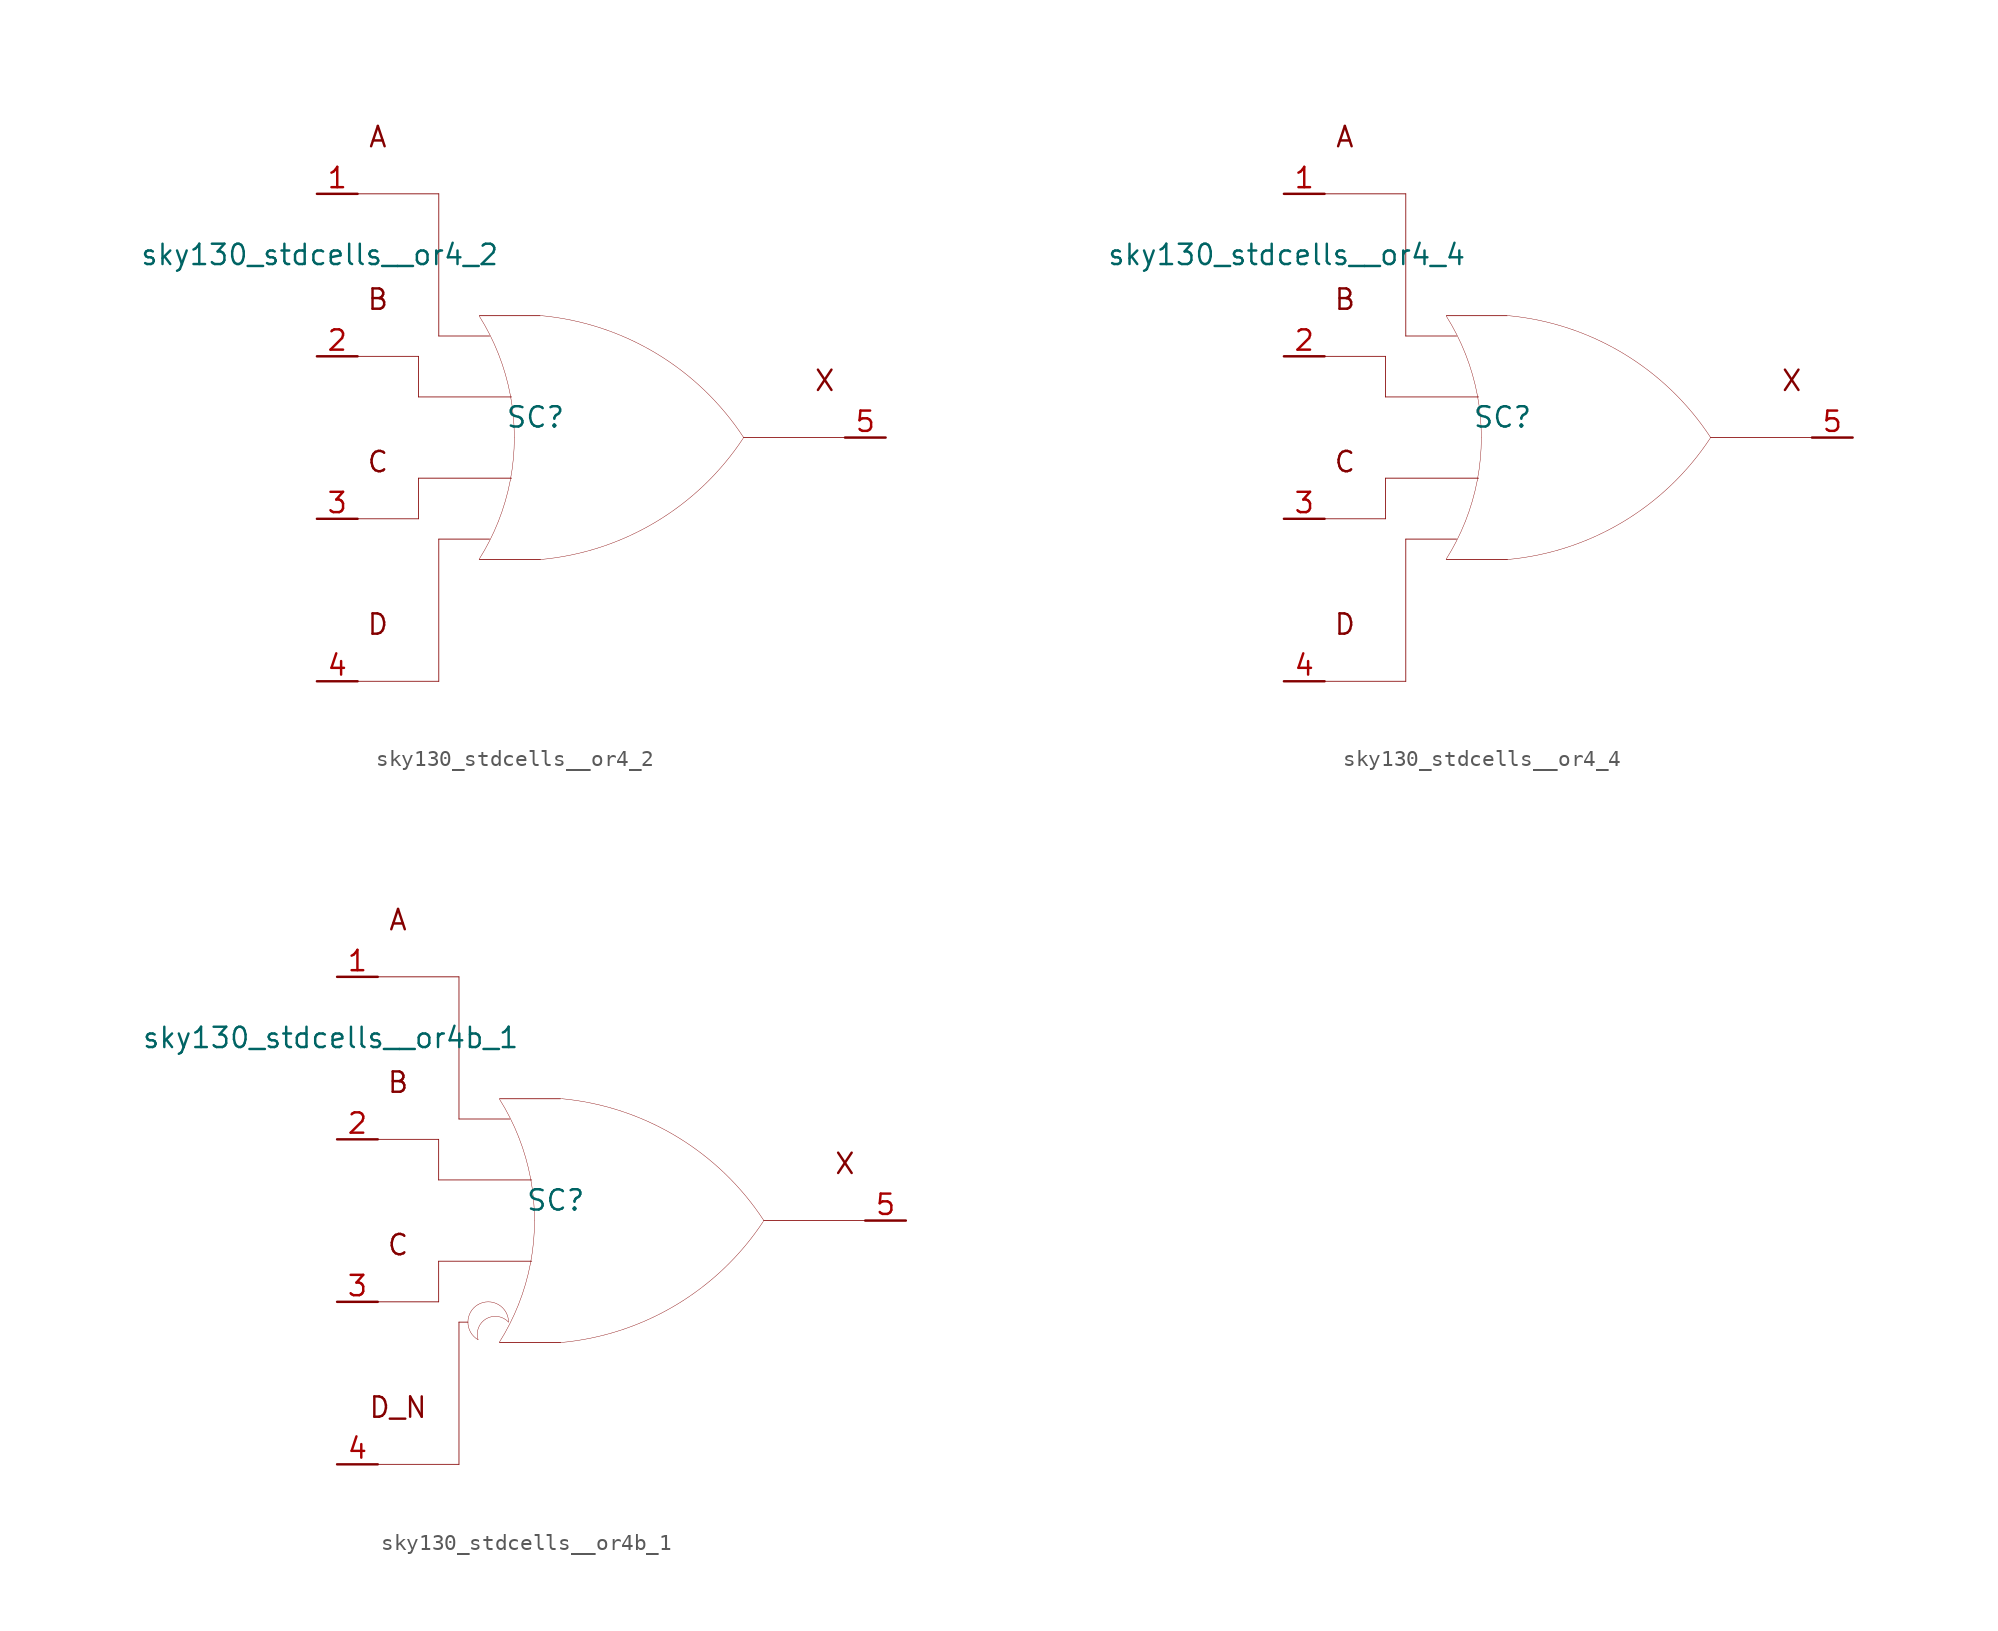
<source format=kicad_sym>
(kicad_symbol_lib
  (version 20211014)
  (generator kicad_symbol_editor)
  (symbol "sky130_stdcells__or4_2"
    (pin_names hide)
    (property "Reference" "SC"
      (at -4.115 1.27 0)
      (effects (font (size 1.27 1.27))))
    (property "Value" "sky130_stdcells__or4_2"
      (at -6.35 11.43 0)
      (effects (font (size 1.27 1.27)) (justify right)))
    (symbol "sky130_stdcells__or4_2_0_0"
      (arc (start -7.6405 -7.6142) (mid -6.983 -6.458) (end -6.4362 -5.2456) (stroke (width 0.0254) (type default) (color 0 0 0 0)) (fill (type none)))
      (arc (start -6.4362 -5.2456) (mid -6.0013 -3.9755) (end -5.688 -2.6701) (stroke (width 0.0254) (type default) (color 0 0 0 0)) (fill (type none)))
      (arc (start -6.418 5.1993) (mid -6.9662 6.4248) (end -7.6273 7.5932) (stroke (width 0.0254) (type default) (color 0 0 0 0)) (fill (type none)))
      (arc (start -5.688 -2.6701) (mid -5.4988 -1.341) (end -5.4356 0) (stroke (width 0.0254) (type default) (color 0 0 0 0)) (fill (type none)))
      (arc (start -5.6834 2.6456) (mid -5.9911 3.9396) (end -6.418 5.1993) (stroke (width 0.0254) (type default) (color 0 0 0 0)) (fill (type none)))
      (arc (start -5.4356 0) (mid -5.4977 1.3286) (end -5.6834 2.6456) (stroke (width 0.0254) (type default) (color 0 0 0 0)) (fill (type none)))
      (arc (start -3.8212 -7.6288) (mid 3.3927 -5.2884) (end 8.8734 -0.0463) (stroke (width 0.0254) (type default) (color 0 0 0 0)) (fill (type none)))
      (polyline (pts (xy -15.24 -15.24) (xy -10.16 -15.24)) (stroke (width 0.051) (type default) (color 0 0 0 0)) (fill (type none)))
      (polyline (pts (xy -15.24 -5.08) (xy -11.43 -5.08)) (stroke (width 0.051) (type default) (color 0 0 0 0)) (fill (type none)))
      (polyline (pts (xy -15.24 5.08) (xy -11.43 5.08)) (stroke (width 0.051) (type default) (color 0 0 0 0)) (fill (type none)))
      (polyline (pts (xy -15.24 15.24) (xy -10.16 15.24)) (stroke (width 0.051) (type default) (color 0 0 0 0)) (fill (type none)))
      (polyline (pts (xy -11.43 -2.54) (xy -11.43 -5.08)) (stroke (width 0.051) (type default) (color 0 0 0 0)) (fill (type none)))
      (polyline (pts (xy -11.43 -2.54) (xy -5.613 -2.54)) (stroke (width 0.051) (type default) (color 0 0 0 0)) (fill (type none)))
      (polyline (pts (xy -11.43 2.54) (xy -5.613 2.54)) (stroke (width 0.051) (type default) (color 0 0 0 0)) (fill (type none)))
      (polyline (pts (xy -11.43 5.08) (xy -11.43 2.54)) (stroke (width 0.051) (type default) (color 0 0 0 0)) (fill (type none)))
      (polyline (pts (xy -10.16 -6.35) (xy -10.16 -15.24)) (stroke (width 0.051) (type default) (color 0 0 0 0)) (fill (type none)))
      (polyline (pts (xy -10.16 -6.35) (xy -6.985 -6.35)) (stroke (width 0.051) (type default) (color 0 0 0 0)) (fill (type none)))
      (polyline (pts (xy -10.16 6.35) (xy -6.985 6.35)) (stroke (width 0.051) (type default) (color 0 0 0 0)) (fill (type none)))
      (polyline (pts (xy -10.16 15.24) (xy -10.16 6.35)) (stroke (width 0.051) (type default) (color 0 0 0 0)) (fill (type none)))
      (polyline (pts (xy -7.62 -7.62) (xy -3.81 -7.62)) (stroke (width 0.051) (type default) (color 0 0 0 0)) (fill (type none)))
      (polyline (pts (xy -7.62 7.62) (xy -3.81 7.62)) (stroke (width 0.051) (type default) (color 0 0 0 0)) (fill (type none)))
      (polyline (pts (xy 8.89 0) (xy 15.24 0)) (stroke (width 0.051) (type default) (color 0 0 0 0)) (fill (type none)))
      (arc (start 8.9061 -0.0034) (mid 3.4437 5.2578) (end -3.762 7.6234) (stroke (width 0.0254) (type default) (color 0 0 0 0)) (fill (type none)))
      (text "A" (at -13.97 18.796 0) (effects (font (size 1.27 1.27))))
      (text "B" (at -13.97 8.636 0) (effects (font (size 1.27 1.27))))
      (text "C" (at -13.97 -1.524 0) (effects (font (size 1.27 1.27))))
      (text "D" (at -13.97 -11.684 0) (effects (font (size 1.27 1.27))))
      (text "X" (at 13.97 3.556 0) (effects (font (size 1.27 1.27)))))
    (symbol "sky130_stdcells__or4_2_1_1"
      (pin input line (at -17.78 15.24 0) (length 2.54) (name "A" (effects (font (size 1.092 1.092)))) (number "1" (effects (font (size 1.27 1.27)))))
      (pin input line (at -17.78 5.08 0) (length 2.54) (name "B" (effects (font (size 1.092 1.092)))) (number "2" (effects (font (size 1.27 1.27)))))
      (pin input line (at -17.78 -5.08 0) (length 2.54) (name "C" (effects (font (size 1.092 1.092)))) (number "3" (effects (font (size 1.27 1.27)))))
      (pin input line (at -17.78 -15.24 0) (length 2.54) (name "D" (effects (font (size 1.092 1.092)))) (number "4" (effects (font (size 1.27 1.27)))))
      (pin output line (at 17.78 0 180) (length 2.54) (name "X" (effects (font (size 1.092 1.092)))) (number "5" (effects (font (size 1.27 1.27)))))))
  (symbol "sky130_stdcells__or4_4"
    (pin_names hide)
    (property "Reference" "SC"
      (at -4.115 1.27 0)
      (effects (font (size 1.27 1.27))))
    (property "Value" "sky130_stdcells__or4_4"
      (at -6.35 11.43 0)
      (effects (font (size 1.27 1.27)) (justify right)))
    (symbol "sky130_stdcells__or4_4_0_0"
      (arc (start -7.6405 -7.6142) (mid -6.983 -6.458) (end -6.4362 -5.2456) (stroke (width 0.0254) (type default) (color 0 0 0 0)) (fill (type none)))
      (arc (start -6.4362 -5.2456) (mid -6.0013 -3.9755) (end -5.688 -2.6701) (stroke (width 0.0254) (type default) (color 0 0 0 0)) (fill (type none)))
      (arc (start -6.418 5.1993) (mid -6.9662 6.4248) (end -7.6273 7.5932) (stroke (width 0.0254) (type default) (color 0 0 0 0)) (fill (type none)))
      (arc (start -5.688 -2.6701) (mid -5.4988 -1.341) (end -5.4356 0) (stroke (width 0.0254) (type default) (color 0 0 0 0)) (fill (type none)))
      (arc (start -5.6834 2.6456) (mid -5.9911 3.9396) (end -6.418 5.1993) (stroke (width 0.0254) (type default) (color 0 0 0 0)) (fill (type none)))
      (arc (start -5.4356 0) (mid -5.4977 1.3286) (end -5.6834 2.6456) (stroke (width 0.0254) (type default) (color 0 0 0 0)) (fill (type none)))
      (arc (start -3.8212 -7.6288) (mid 3.3927 -5.2884) (end 8.8734 -0.0463) (stroke (width 0.0254) (type default) (color 0 0 0 0)) (fill (type none)))
      (polyline (pts (xy -15.24 -15.24) (xy -10.16 -15.24)) (stroke (width 0.051) (type default) (color 0 0 0 0)) (fill (type none)))
      (polyline (pts (xy -15.24 -5.08) (xy -11.43 -5.08)) (stroke (width 0.051) (type default) (color 0 0 0 0)) (fill (type none)))
      (polyline (pts (xy -15.24 5.08) (xy -11.43 5.08)) (stroke (width 0.051) (type default) (color 0 0 0 0)) (fill (type none)))
      (polyline (pts (xy -15.24 15.24) (xy -10.16 15.24)) (stroke (width 0.051) (type default) (color 0 0 0 0)) (fill (type none)))
      (polyline (pts (xy -11.43 -2.54) (xy -11.43 -5.08)) (stroke (width 0.051) (type default) (color 0 0 0 0)) (fill (type none)))
      (polyline (pts (xy -11.43 -2.54) (xy -5.613 -2.54)) (stroke (width 0.051) (type default) (color 0 0 0 0)) (fill (type none)))
      (polyline (pts (xy -11.43 2.54) (xy -5.613 2.54)) (stroke (width 0.051) (type default) (color 0 0 0 0)) (fill (type none)))
      (polyline (pts (xy -11.43 5.08) (xy -11.43 2.54)) (stroke (width 0.051) (type default) (color 0 0 0 0)) (fill (type none)))
      (polyline (pts (xy -10.16 -6.35) (xy -10.16 -15.24)) (stroke (width 0.051) (type default) (color 0 0 0 0)) (fill (type none)))
      (polyline (pts (xy -10.16 -6.35) (xy -6.985 -6.35)) (stroke (width 0.051) (type default) (color 0 0 0 0)) (fill (type none)))
      (polyline (pts (xy -10.16 6.35) (xy -6.985 6.35)) (stroke (width 0.051) (type default) (color 0 0 0 0)) (fill (type none)))
      (polyline (pts (xy -10.16 15.24) (xy -10.16 6.35)) (stroke (width 0.051) (type default) (color 0 0 0 0)) (fill (type none)))
      (polyline (pts (xy -7.62 -7.62) (xy -3.81 -7.62)) (stroke (width 0.051) (type default) (color 0 0 0 0)) (fill (type none)))
      (polyline (pts (xy -7.62 7.62) (xy -3.81 7.62)) (stroke (width 0.051) (type default) (color 0 0 0 0)) (fill (type none)))
      (polyline (pts (xy 8.89 0) (xy 15.24 0)) (stroke (width 0.051) (type default) (color 0 0 0 0)) (fill (type none)))
      (arc (start 8.9061 -0.0034) (mid 3.4437 5.2578) (end -3.762 7.6234) (stroke (width 0.0254) (type default) (color 0 0 0 0)) (fill (type none)))
      (text "A" (at -13.97 18.796 0) (effects (font (size 1.27 1.27))))
      (text "B" (at -13.97 8.636 0) (effects (font (size 1.27 1.27))))
      (text "C" (at -13.97 -1.524 0) (effects (font (size 1.27 1.27))))
      (text "D" (at -13.97 -11.684 0) (effects (font (size 1.27 1.27))))
      (text "X" (at 13.97 3.556 0) (effects (font (size 1.27 1.27)))))
    (symbol "sky130_stdcells__or4_4_1_1"
      (pin input line (at -17.78 15.24 0) (length 2.54) (name "A" (effects (font (size 1.092 1.092)))) (number "1" (effects (font (size 1.27 1.27)))))
      (pin input line (at -17.78 5.08 0) (length 2.54) (name "B" (effects (font (size 1.092 1.092)))) (number "2" (effects (font (size 1.27 1.27)))))
      (pin input line (at -17.78 -5.08 0) (length 2.54) (name "C" (effects (font (size 1.092 1.092)))) (number "3" (effects (font (size 1.27 1.27)))))
      (pin input line (at -17.78 -15.24 0) (length 2.54) (name "D" (effects (font (size 1.092 1.092)))) (number "4" (effects (font (size 1.27 1.27)))))
      (pin output line (at 17.78 0 180) (length 2.54) (name "X" (effects (font (size 1.092 1.092)))) (number "5" (effects (font (size 1.27 1.27)))))))
  (symbol "sky130_stdcells__or4b_1"
    (pin_names hide)
    (property "Reference" "SC"
      (at -4.115 1.27 0)
      (effects (font (size 1.27 1.27))))
    (property "Value" "sky130_stdcells__or4b_1"
      (at -6.35 11.43 0)
      (effects (font (size 1.27 1.27)) (justify right)))
    (symbol "sky130_stdcells__or4b_1_0_0"
      (arc (start -8.9662 -5.2501) (mid -9.6012 -6.35) (end -8.9662 -7.4499) (stroke (width 0.0254) (type default) (color 0 0 0 0)) (fill (type none)))
      (arc (start -7.6405 -7.6142) (mid -6.983 -6.458) (end -6.4362 -5.2456) (stroke (width 0.0254) (type default) (color 0 0 0 0)) (fill (type none)))
      (arc (start -7.0612 -6.35) (mid -8.9181 -5.8757) (end -8.9662 -7.4499) (stroke (width 0.0254) (type default) (color 0 0 0 0)) (fill (type none)))
      (arc (start -7.0612 -6.35) (mid -7.6962 -5.2502) (end -8.9662 -5.2501) (stroke (width 0.0254) (type default) (color 0 0 0 0)) (fill (type none)))
      (arc (start -6.4362 -5.2456) (mid -6.0013 -3.9755) (end -5.688 -2.6701) (stroke (width 0.0254) (type default) (color 0 0 0 0)) (fill (type none)))
      (arc (start -6.418 5.1993) (mid -6.9662 6.4248) (end -7.6273 7.5932) (stroke (width 0.0254) (type default) (color 0 0 0 0)) (fill (type none)))
      (arc (start -5.688 -2.6701) (mid -5.4988 -1.341) (end -5.4356 0) (stroke (width 0.0254) (type default) (color 0 0 0 0)) (fill (type none)))
      (arc (start -5.6834 2.6456) (mid -5.9911 3.9396) (end -6.418 5.1993) (stroke (width 0.0254) (type default) (color 0 0 0 0)) (fill (type none)))
      (arc (start -5.4356 0) (mid -5.4977 1.3286) (end -5.6834 2.6456) (stroke (width 0.0254) (type default) (color 0 0 0 0)) (fill (type none)))
      (arc (start -3.8212 -7.6288) (mid 3.3927 -5.2884) (end 8.8734 -0.0463) (stroke (width 0.0254) (type default) (color 0 0 0 0)) (fill (type none)))
      (polyline (pts (xy -15.24 -15.24) (xy -10.16 -15.24)) (stroke (width 0.051) (type default) (color 0 0 0 0)) (fill (type none)))
      (polyline (pts (xy -15.24 -5.08) (xy -11.43 -5.08)) (stroke (width 0.051) (type default) (color 0 0 0 0)) (fill (type none)))
      (polyline (pts (xy -15.24 5.08) (xy -11.43 5.08)) (stroke (width 0.051) (type default) (color 0 0 0 0)) (fill (type none)))
      (polyline (pts (xy -15.24 15.24) (xy -10.16 15.24)) (stroke (width 0.051) (type default) (color 0 0 0 0)) (fill (type none)))
      (polyline (pts (xy -11.43 -2.54) (xy -11.43 -5.08)) (stroke (width 0.051) (type default) (color 0 0 0 0)) (fill (type none)))
      (polyline (pts (xy -11.43 -2.54) (xy -5.613 -2.54)) (stroke (width 0.051) (type default) (color 0 0 0 0)) (fill (type none)))
      (polyline (pts (xy -11.43 2.54) (xy -5.613 2.54)) (stroke (width 0.051) (type default) (color 0 0 0 0)) (fill (type none)))
      (polyline (pts (xy -11.43 5.08) (xy -11.43 2.54)) (stroke (width 0.051) (type default) (color 0 0 0 0)) (fill (type none)))
      (polyline (pts (xy -10.16 -6.35) (xy -10.16 -15.24)) (stroke (width 0.051) (type default) (color 0 0 0 0)) (fill (type none)))
      (polyline (pts (xy -10.16 -6.35) (xy -9.601 -6.35)) (stroke (width 0.051) (type default) (color 0 0 0 0)) (fill (type none)))
      (polyline (pts (xy -10.16 6.35) (xy -6.985 6.35)) (stroke (width 0.051) (type default) (color 0 0 0 0)) (fill (type none)))
      (polyline (pts (xy -10.16 15.24) (xy -10.16 6.35)) (stroke (width 0.051) (type default) (color 0 0 0 0)) (fill (type none)))
      (polyline (pts (xy -7.62 -7.62) (xy -3.81 -7.62)) (stroke (width 0.051) (type default) (color 0 0 0 0)) (fill (type none)))
      (polyline (pts (xy -7.62 7.62) (xy -3.81 7.62)) (stroke (width 0.051) (type default) (color 0 0 0 0)) (fill (type none)))
      (polyline (pts (xy 8.89 0) (xy 15.24 0)) (stroke (width 0.051) (type default) (color 0 0 0 0)) (fill (type none)))
      (arc (start 8.9061 -0.0034) (mid 3.4437 5.2578) (end -3.762 7.6234) (stroke (width 0.0254) (type default) (color 0 0 0 0)) (fill (type none)))
      (text "A" (at -13.97 18.796 0) (effects (font (size 1.27 1.27))))
      (text "B" (at -13.97 8.636 0) (effects (font (size 1.27 1.27))))
      (text "C" (at -13.97 -1.524 0) (effects (font (size 1.27 1.27))))
      (text "D_N" (at -13.97 -11.684 0) (effects (font (size 1.27 1.27))))
      (text "X" (at 13.97 3.556 0) (effects (font (size 1.27 1.27)))))
    (symbol "sky130_stdcells__or4b_1_1_1"
      (pin input line (at -17.78 15.24 0) (length 2.54) (name "A" (effects (font (size 1.092 1.092)))) (number "1" (effects (font (size 1.27 1.27)))))
      (pin input line (at -17.78 5.08 0) (length 2.54) (name "B" (effects (font (size 1.092 1.092)))) (number "2" (effects (font (size 1.27 1.27)))))
      (pin input line (at -17.78 -5.08 0) (length 2.54) (name "C" (effects (font (size 1.092 1.092)))) (number "3" (effects (font (size 1.27 1.27)))))
      (pin input line (at -17.78 -15.24 0) (length 2.54) (name "D_N" (effects (font (size 1.092 1.092)))) (number "4" (effects (font (size 1.27 1.27)))))
      (pin output line (at 17.78 0 180) (length 2.54) (name "X" (effects (font (size 1.092 1.092)))) (number "5" (effects (font (size 1.27 1.27))))))))
</source>
